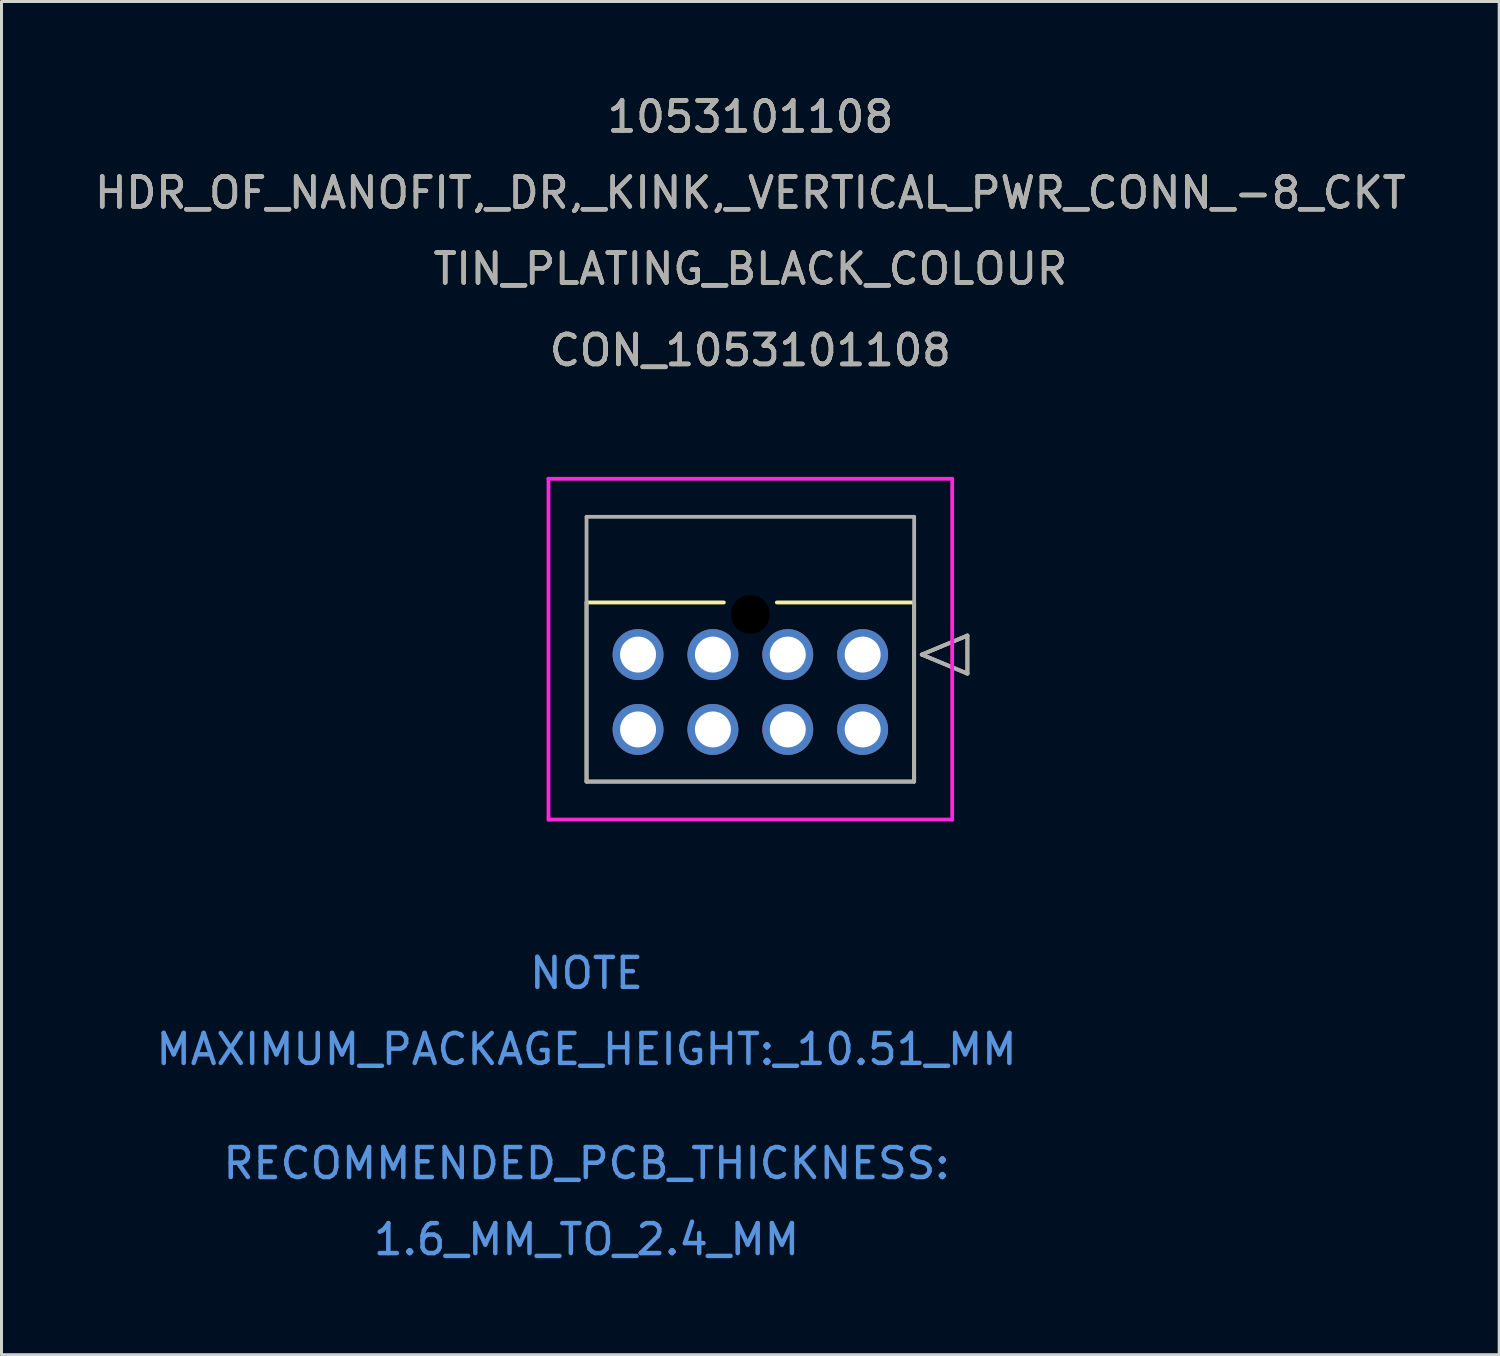
<source format=kicad_pcb>
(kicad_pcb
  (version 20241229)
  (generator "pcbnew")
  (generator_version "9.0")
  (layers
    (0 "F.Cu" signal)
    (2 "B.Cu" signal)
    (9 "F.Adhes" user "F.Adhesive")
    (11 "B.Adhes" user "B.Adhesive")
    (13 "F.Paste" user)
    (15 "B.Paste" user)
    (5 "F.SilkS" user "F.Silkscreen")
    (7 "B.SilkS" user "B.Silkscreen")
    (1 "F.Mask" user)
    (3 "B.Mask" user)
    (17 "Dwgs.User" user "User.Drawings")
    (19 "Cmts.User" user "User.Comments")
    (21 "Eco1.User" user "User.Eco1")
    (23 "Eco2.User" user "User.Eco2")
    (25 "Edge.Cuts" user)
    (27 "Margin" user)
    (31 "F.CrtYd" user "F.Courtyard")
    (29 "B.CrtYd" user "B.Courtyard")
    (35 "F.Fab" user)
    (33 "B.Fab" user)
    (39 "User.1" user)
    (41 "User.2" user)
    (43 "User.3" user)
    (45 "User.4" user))
  (footprint "CON_1053101108"
    (layer "F.Cu")
    (at 25.756 18.808)
    (property "Reference" "CON_1053101108" (at -3.75 -10.16 0) (unlocked yes) (layer "F.SilkS") (effects (font (size 1 1) (thickness 0.15))))
    (attr through_hole)
    (fp_line (start -9.22 -1.74) (end -9.22 4.24) (stroke (width 0.127) (type solid)) (layer "F.SilkS"))
    (fp_line (start -9.22 4.24) (end 1.72 4.24) (stroke (width 0.127) (type solid)) (layer "F.SilkS"))
    (fp_line (start -4.634 -1.74) (end -9.22 -1.74) (stroke (width 0.127) (type solid)) (layer "F.SilkS"))
    (fp_line (start 1.72 -1.74) (end -2.866 -1.74) (stroke (width 0.127) (type solid)) (layer "F.SilkS"))
    (fp_line (start 1.72 4.24) (end 1.72 -1.74) (stroke (width 0.127) (type solid)) (layer "F.SilkS"))
    (fp_line (start 1.974 0) (end 3.498 -0.635) (stroke (width 0.127) (type solid)) (layer "F.SilkS"))
    (fp_line (start 3.498 -0.635) (end 3.498 0.635) (stroke (width 0.127) (type solid)) (layer "F.SilkS"))
    (fp_line (start 3.498 0.635) (end 1.974 0) (stroke (width 0.127) (type solid)) (layer "F.SilkS"))
    (fp_line (start -10.49 -5.87) (end -10.49 5.51) (stroke (width 0.127) (type solid)) (layer "F.CrtYd"))
    (fp_line (start -10.49 5.51) (end 2.99 5.51) (stroke (width 0.127) (type solid)) (layer "F.CrtYd"))
    (fp_line (start 2.99 -5.87) (end -10.49 -5.87) (stroke (width 0.127) (type solid)) (layer "F.CrtYd"))
    (fp_line (start 2.99 5.51) (end 2.99 -5.87) (stroke (width 0.127) (type solid)) (layer "F.CrtYd"))
    (fp_line (start -9.22 -4.6) (end -9.22 4.24) (stroke (width 0.127) (type solid)) (layer "F.Fab"))
    (fp_line (start -9.22 4.24) (end 1.72 4.24) (stroke (width 0.127) (type solid)) (layer "F.Fab"))
    (fp_line (start 1.72 -4.6) (end -9.22 -4.6) (stroke (width 0.127) (type solid)) (layer "F.Fab"))
    (fp_line (start 1.72 4.24) (end 1.72 -4.6) (stroke (width 0.127) (type solid)) (layer "F.Fab"))
    (fp_line (start 1.974 0) (end 3.498 -0.635) (stroke (width 0.127) (type solid)) (layer "F.Fab"))
    (fp_line (start 3.498 -0.635) (end 3.498 0.635) (stroke (width 0.127) (type solid)) (layer "F.Fab"))
    (fp_line (start 3.498 0.635) (end 1.974 0) (stroke (width 0.127) (type solid)) (layer "F.Fab"))
    (fp_text user "1053101108" (at -3.75 -17.96 0) (unlocked yes) (layer "F.SilkS") (effects (font (size 1 1) (thickness 0.15))))
    (fp_text user "HDR_OF_NANOFIT,_DR,_KINK,_VERTICAL_PWR_CONN_-8_CKT" (at -3.75 -15.42 0) (unlocked yes) (layer "F.SilkS") (effects (font (size 1 1) (thickness 0.15))))
    (fp_text user "TIN_PLATING_BLACK_COLOUR" (at -3.75 -12.88 0) (unlocked yes) (layer "F.SilkS") (effects (font (size 1 1) (thickness 0.15))))
    (fp_text user "RECOMMENDED_PCB_THICKNESS:" (at -9.22 16.99 0) (unlocked yes) (layer "Cmts.User") (effects (font (size 1 1) (thickness 0.15))))
    (fp_text user "NOTE" (at -9.22 10.64 0) (unlocked yes) (layer "Cmts.User") (effects (font (size 1 1) (thickness 0.15))))
    (fp_text user "MAXIMUM_PACKAGE_HEIGHT:_10.51_MM" (at -9.22 13.18 0) (unlocked yes) (layer "Cmts.User") (effects (font (size 1 1) (thickness 0.15))))
    (fp_text user "1.6_MM_TO_2.4_MM" (at -9.22 19.53 0) (unlocked yes) (layer "Cmts.User") (effects (font (size 1 1) (thickness 0.15))))
    (fp_text user "${REFERENCE}" (at -3.75 -10.16 0) (unlocked yes) (layer "F.Fab") (effects (font (size 1 1) (thickness 0.15))))
    (fp_text user "HDR_OF_NANOFIT,_DR,_KINK,_VERTICAL_PWR_CONN_-8_CKT" (at -3.75 -15.42 0) (unlocked yes) (layer "F.Fab") (effects (font (size 1 1) (thickness 0.15))))
    (fp_text user "1053101108" (at -3.75 -17.96 0) (unlocked yes) (layer "F.Fab") (effects (font (size 1 1) (thickness 0.15))))
    (fp_text user "TIN_PLATING_BLACK_COLOUR" (at -3.75 -12.88 0) (unlocked yes) (layer "F.Fab") (effects (font (size 1 1) (thickness 0.15))))
    (pad "" np_thru_hole circle (at -3.75 -1.34) (size 1.3 1.3) (drill 1.3) (layers))
    (pad "1" thru_hole circle (at 0 0) (size 1.7 1.7) (drill 1.2) (layers "*.Cu" "*.Mask"))
    (pad "2" thru_hole circle (at -2.5 0) (size 1.7 1.7) (drill 1.2) (layers "*.Cu" "*.Mask"))
    (pad "3" thru_hole circle (at -5 0) (size 1.7 1.7) (drill 1.2) (layers "*.Cu" "*.Mask"))
    (pad "4" thru_hole circle (at -7.5 0) (size 1.7 1.7) (drill 1.2) (layers "*.Cu" "*.Mask"))
    (pad "5" thru_hole circle (at 0 2.5) (size 1.7 1.7) (drill 1.2) (layers "*.Cu" "*.Mask"))
    (pad "6" thru_hole circle (at -2.5 2.5) (size 1.7 1.7) (drill 1.2) (layers "*.Cu" "*.Mask"))
    (pad "7" thru_hole circle (at -5 2.5) (size 1.7 1.7) (drill 1.2) (layers "*.Cu" "*.Mask"))
    (pad "8" thru_hole circle (at -7.5 2.5) (size 1.7 1.7) (drill 1.2) (layers "*.Cu" "*.Mask")))
  (gr_rect
    (start -3 -3)
    (end 47.012 42.186)
    (stroke (width 0.1) (type default))
    (fill no)
    (layer "Edge.Cuts")))
</source>
